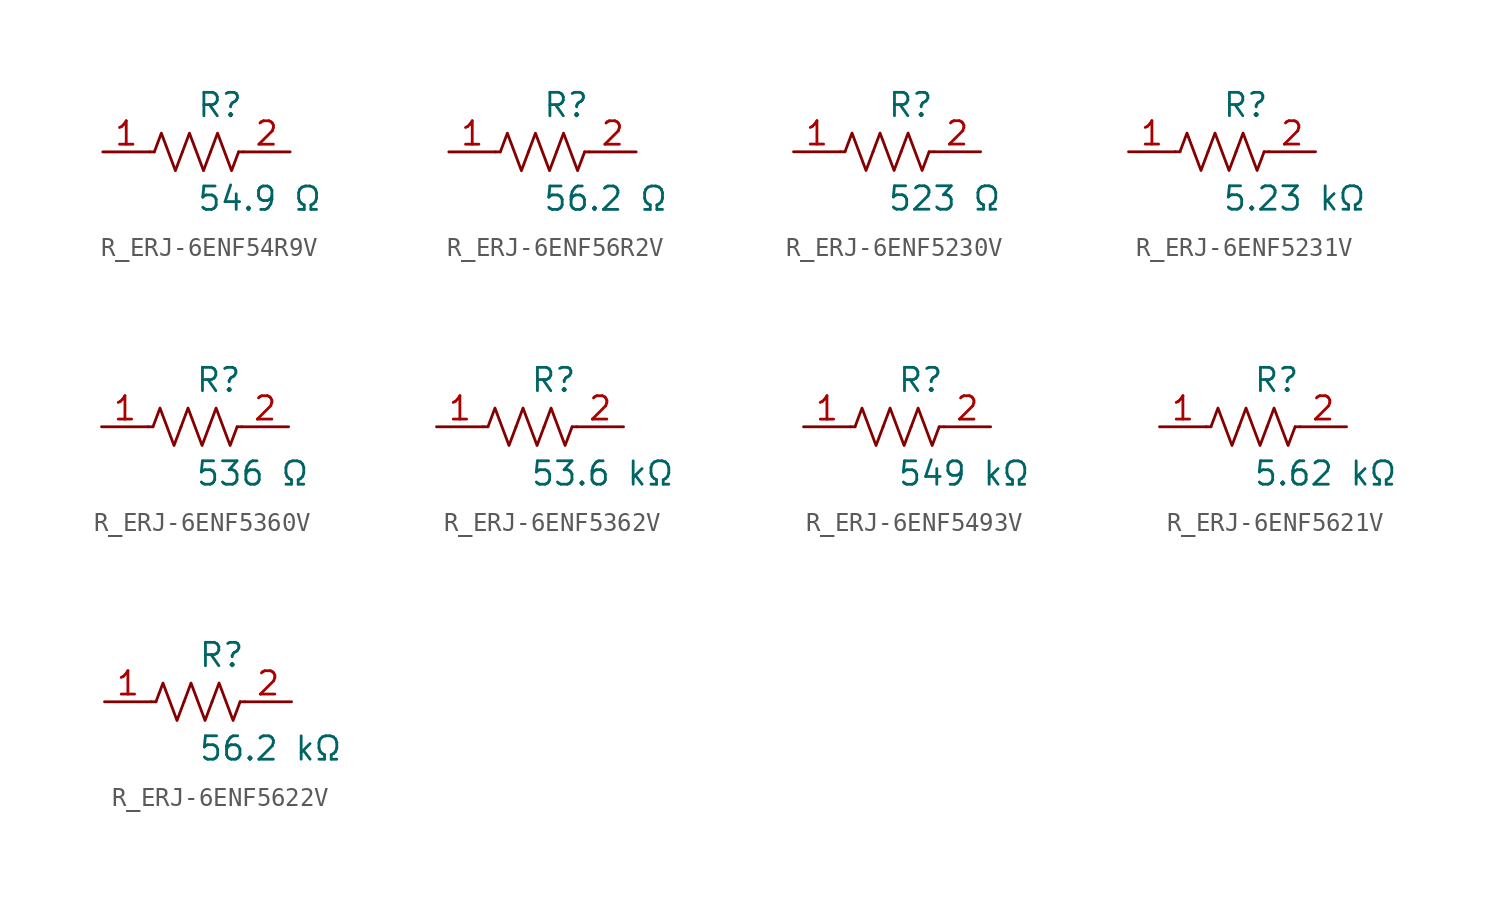
<source format=kicad_sym>
(kicad_symbol_lib
  (version 20231120)
  (generator kicad_symbol_editor)
  (generator_version 8.0)
  (symbol "R_ERJ-6ENF54R9V"
    (pin_names
      (offset 0.254))
    (property "Reference" "R"
      (at 0.0 2.54 0)
      (effects (font (size 1.27 1.27)) (justify left)))
    (property "Value" "54.9 Ω"
      (at 0.0 -2.54 0)
      (effects (font (size 1.27 1.27)) (justify left)))
    (symbol "R_ERJ-6ENF54R9V_0_1"
      (polyline (pts (xy 2.286 0) (xy 2.54 0)) (stroke (width 0) (type default)) (fill (type none)))
      (polyline (pts (xy -2.286 0) (xy -2.54 0)) (stroke (width 0) (type default)) (fill (type none)))
      (polyline (pts (xy 0.762 0) (xy 1.143 1.016) (xy 1.524 0) (xy 1.905 -1.016) (xy 2.286 0)) (stroke (width 0) (type default)) (fill (type none)))
      (polyline (pts (xy -0.762 0) (xy -0.381 1.016) (xy 0 0) (xy 0.381 -1.016) (xy 0.762 0)) (stroke (width 0) (type default)) (fill (type none)))
      (polyline (pts (xy -2.286 0) (xy -1.905 1.016) (xy -1.524 0) (xy -1.143 -1.016) (xy -0.762 0)) (stroke (width 0) (type default)) (fill (type none))))
    (pin unspecified line
      (at -5.08 0 0)
      (length 2.54)
      (name "" (effects (font (size 1.27 1.27))))
      (number "1" (effects (font (size 1.27 1.27)))))
    (pin unspecified line
      (at 5.08 0 180)
      (length 2.54)
      (name "" (effects (font (size 1.27 1.27))))
      (number "2" (effects (font (size 1.27 1.27))))))
  (symbol "R_ERJ-6ENF56R2V"
    (pin_names
      (offset 0.254))
    (property "Reference" "R"
      (at 0.0 2.54 0)
      (effects (font (size 1.27 1.27)) (justify left)))
    (property "Value" "56.2 Ω"
      (at 0.0 -2.54 0)
      (effects (font (size 1.27 1.27)) (justify left)))
    (symbol "R_ERJ-6ENF56R2V_0_1"
      (polyline (pts (xy 2.286 0) (xy 2.54 0)) (stroke (width 0) (type default)) (fill (type none)))
      (polyline (pts (xy -2.286 0) (xy -2.54 0)) (stroke (width 0) (type default)) (fill (type none)))
      (polyline (pts (xy 0.762 0) (xy 1.143 1.016) (xy 1.524 0) (xy 1.905 -1.016) (xy 2.286 0)) (stroke (width 0) (type default)) (fill (type none)))
      (polyline (pts (xy -0.762 0) (xy -0.381 1.016) (xy 0 0) (xy 0.381 -1.016) (xy 0.762 0)) (stroke (width 0) (type default)) (fill (type none)))
      (polyline (pts (xy -2.286 0) (xy -1.905 1.016) (xy -1.524 0) (xy -1.143 -1.016) (xy -0.762 0)) (stroke (width 0) (type default)) (fill (type none))))
    (pin unspecified line
      (at -5.08 0 0)
      (length 2.54)
      (name "" (effects (font (size 1.27 1.27))))
      (number "1" (effects (font (size 1.27 1.27)))))
    (pin unspecified line
      (at 5.08 0 180)
      (length 2.54)
      (name "" (effects (font (size 1.27 1.27))))
      (number "2" (effects (font (size 1.27 1.27))))))
  (symbol "R_ERJ-6ENF5230V"
    (pin_names
      (offset 0.254))
    (property "Reference" "R"
      (at 0.0 2.54 0)
      (effects (font (size 1.27 1.27)) (justify left)))
    (property "Value" "523 Ω"
      (at 0.0 -2.54 0)
      (effects (font (size 1.27 1.27)) (justify left)))
    (symbol "R_ERJ-6ENF5230V_0_1"
      (polyline (pts (xy 2.286 0) (xy 2.54 0)) (stroke (width 0) (type default)) (fill (type none)))
      (polyline (pts (xy -2.286 0) (xy -2.54 0)) (stroke (width 0) (type default)) (fill (type none)))
      (polyline (pts (xy 0.762 0) (xy 1.143 1.016) (xy 1.524 0) (xy 1.905 -1.016) (xy 2.286 0)) (stroke (width 0) (type default)) (fill (type none)))
      (polyline (pts (xy -0.762 0) (xy -0.381 1.016) (xy 0 0) (xy 0.381 -1.016) (xy 0.762 0)) (stroke (width 0) (type default)) (fill (type none)))
      (polyline (pts (xy -2.286 0) (xy -1.905 1.016) (xy -1.524 0) (xy -1.143 -1.016) (xy -0.762 0)) (stroke (width 0) (type default)) (fill (type none))))
    (pin unspecified line
      (at -5.08 0 0)
      (length 2.54)
      (name "" (effects (font (size 1.27 1.27))))
      (number "1" (effects (font (size 1.27 1.27)))))
    (pin unspecified line
      (at 5.08 0 180)
      (length 2.54)
      (name "" (effects (font (size 1.27 1.27))))
      (number "2" (effects (font (size 1.27 1.27))))))
  (symbol "R_ERJ-6ENF5231V"
    (pin_names
      (offset 0.254))
    (property "Reference" "R"
      (at 0.0 2.54 0)
      (effects (font (size 1.27 1.27)) (justify left)))
    (property "Value" "5.23 kΩ"
      (at 0.0 -2.54 0)
      (effects (font (size 1.27 1.27)) (justify left)))
    (symbol "R_ERJ-6ENF5231V_0_1"
      (polyline (pts (xy 2.286 0) (xy 2.54 0)) (stroke (width 0) (type default)) (fill (type none)))
      (polyline (pts (xy -2.286 0) (xy -2.54 0)) (stroke (width 0) (type default)) (fill (type none)))
      (polyline (pts (xy 0.762 0) (xy 1.143 1.016) (xy 1.524 0) (xy 1.905 -1.016) (xy 2.286 0)) (stroke (width 0) (type default)) (fill (type none)))
      (polyline (pts (xy -0.762 0) (xy -0.381 1.016) (xy 0 0) (xy 0.381 -1.016) (xy 0.762 0)) (stroke (width 0) (type default)) (fill (type none)))
      (polyline (pts (xy -2.286 0) (xy -1.905 1.016) (xy -1.524 0) (xy -1.143 -1.016) (xy -0.762 0)) (stroke (width 0) (type default)) (fill (type none))))
    (pin unspecified line
      (at -5.08 0 0)
      (length 2.54)
      (name "" (effects (font (size 1.27 1.27))))
      (number "1" (effects (font (size 1.27 1.27)))))
    (pin unspecified line
      (at 5.08 0 180)
      (length 2.54)
      (name "" (effects (font (size 1.27 1.27))))
      (number "2" (effects (font (size 1.27 1.27))))))
  (symbol "R_ERJ-6ENF5360V"
    (pin_names
      (offset 0.254))
    (property "Reference" "R"
      (at 0.0 2.54 0)
      (effects (font (size 1.27 1.27)) (justify left)))
    (property "Value" "536 Ω"
      (at 0.0 -2.54 0)
      (effects (font (size 1.27 1.27)) (justify left)))
    (symbol "R_ERJ-6ENF5360V_0_1"
      (polyline (pts (xy 2.286 0) (xy 2.54 0)) (stroke (width 0) (type default)) (fill (type none)))
      (polyline (pts (xy -2.286 0) (xy -2.54 0)) (stroke (width 0) (type default)) (fill (type none)))
      (polyline (pts (xy 0.762 0) (xy 1.143 1.016) (xy 1.524 0) (xy 1.905 -1.016) (xy 2.286 0)) (stroke (width 0) (type default)) (fill (type none)))
      (polyline (pts (xy -0.762 0) (xy -0.381 1.016) (xy 0 0) (xy 0.381 -1.016) (xy 0.762 0)) (stroke (width 0) (type default)) (fill (type none)))
      (polyline (pts (xy -2.286 0) (xy -1.905 1.016) (xy -1.524 0) (xy -1.143 -1.016) (xy -0.762 0)) (stroke (width 0) (type default)) (fill (type none))))
    (pin unspecified line
      (at -5.08 0 0)
      (length 2.54)
      (name "" (effects (font (size 1.27 1.27))))
      (number "1" (effects (font (size 1.27 1.27)))))
    (pin unspecified line
      (at 5.08 0 180)
      (length 2.54)
      (name "" (effects (font (size 1.27 1.27))))
      (number "2" (effects (font (size 1.27 1.27))))))
  (symbol "R_ERJ-6ENF5362V"
    (pin_names
      (offset 0.254))
    (property "Reference" "R"
      (at 0.0 2.54 0)
      (effects (font (size 1.27 1.27)) (justify left)))
    (property "Value" "53.6 kΩ"
      (at 0.0 -2.54 0)
      (effects (font (size 1.27 1.27)) (justify left)))
    (symbol "R_ERJ-6ENF5362V_0_1"
      (polyline (pts (xy 2.286 0) (xy 2.54 0)) (stroke (width 0) (type default)) (fill (type none)))
      (polyline (pts (xy -2.286 0) (xy -2.54 0)) (stroke (width 0) (type default)) (fill (type none)))
      (polyline (pts (xy 0.762 0) (xy 1.143 1.016) (xy 1.524 0) (xy 1.905 -1.016) (xy 2.286 0)) (stroke (width 0) (type default)) (fill (type none)))
      (polyline (pts (xy -0.762 0) (xy -0.381 1.016) (xy 0 0) (xy 0.381 -1.016) (xy 0.762 0)) (stroke (width 0) (type default)) (fill (type none)))
      (polyline (pts (xy -2.286 0) (xy -1.905 1.016) (xy -1.524 0) (xy -1.143 -1.016) (xy -0.762 0)) (stroke (width 0) (type default)) (fill (type none))))
    (pin unspecified line
      (at -5.08 0 0)
      (length 2.54)
      (name "" (effects (font (size 1.27 1.27))))
      (number "1" (effects (font (size 1.27 1.27)))))
    (pin unspecified line
      (at 5.08 0 180)
      (length 2.54)
      (name "" (effects (font (size 1.27 1.27))))
      (number "2" (effects (font (size 1.27 1.27))))))
  (symbol "R_ERJ-6ENF5493V"
    (pin_names
      (offset 0.254))
    (property "Reference" "R"
      (at 0.0 2.54 0)
      (effects (font (size 1.27 1.27)) (justify left)))
    (property "Value" "549 kΩ"
      (at 0.0 -2.54 0)
      (effects (font (size 1.27 1.27)) (justify left)))
    (symbol "R_ERJ-6ENF5493V_0_1"
      (polyline (pts (xy 2.286 0) (xy 2.54 0)) (stroke (width 0) (type default)) (fill (type none)))
      (polyline (pts (xy -2.286 0) (xy -2.54 0)) (stroke (width 0) (type default)) (fill (type none)))
      (polyline (pts (xy 0.762 0) (xy 1.143 1.016) (xy 1.524 0) (xy 1.905 -1.016) (xy 2.286 0)) (stroke (width 0) (type default)) (fill (type none)))
      (polyline (pts (xy -0.762 0) (xy -0.381 1.016) (xy 0 0) (xy 0.381 -1.016) (xy 0.762 0)) (stroke (width 0) (type default)) (fill (type none)))
      (polyline (pts (xy -2.286 0) (xy -1.905 1.016) (xy -1.524 0) (xy -1.143 -1.016) (xy -0.762 0)) (stroke (width 0) (type default)) (fill (type none))))
    (pin unspecified line
      (at -5.08 0 0)
      (length 2.54)
      (name "" (effects (font (size 1.27 1.27))))
      (number "1" (effects (font (size 1.27 1.27)))))
    (pin unspecified line
      (at 5.08 0 180)
      (length 2.54)
      (name "" (effects (font (size 1.27 1.27))))
      (number "2" (effects (font (size 1.27 1.27))))))
  (symbol "R_ERJ-6ENF5621V"
    (pin_names
      (offset 0.254))
    (property "Reference" "R"
      (at 0.0 2.54 0)
      (effects (font (size 1.27 1.27)) (justify left)))
    (property "Value" "5.62 kΩ"
      (at 0.0 -2.54 0)
      (effects (font (size 1.27 1.27)) (justify left)))
    (symbol "R_ERJ-6ENF5621V_0_1"
      (polyline (pts (xy 2.286 0) (xy 2.54 0)) (stroke (width 0) (type default)) (fill (type none)))
      (polyline (pts (xy -2.286 0) (xy -2.54 0)) (stroke (width 0) (type default)) (fill (type none)))
      (polyline (pts (xy 0.762 0) (xy 1.143 1.016) (xy 1.524 0) (xy 1.905 -1.016) (xy 2.286 0)) (stroke (width 0) (type default)) (fill (type none)))
      (polyline (pts (xy -0.762 0) (xy -0.381 1.016) (xy 0 0) (xy 0.381 -1.016) (xy 0.762 0)) (stroke (width 0) (type default)) (fill (type none)))
      (polyline (pts (xy -2.286 0) (xy -1.905 1.016) (xy -1.524 0) (xy -1.143 -1.016) (xy -0.762 0)) (stroke (width 0) (type default)) (fill (type none))))
    (pin unspecified line
      (at -5.08 0 0)
      (length 2.54)
      (name "" (effects (font (size 1.27 1.27))))
      (number "1" (effects (font (size 1.27 1.27)))))
    (pin unspecified line
      (at 5.08 0 180)
      (length 2.54)
      (name "" (effects (font (size 1.27 1.27))))
      (number "2" (effects (font (size 1.27 1.27))))))
  (symbol "R_ERJ-6ENF5622V"
    (pin_names
      (offset 0.254))
    (property "Reference" "R"
      (at 0.0 2.54 0)
      (effects (font (size 1.27 1.27)) (justify left)))
    (property "Value" "56.2 kΩ"
      (at 0.0 -2.54 0)
      (effects (font (size 1.27 1.27)) (justify left)))
    (symbol "R_ERJ-6ENF5622V_0_1"
      (polyline (pts (xy 2.286 0) (xy 2.54 0)) (stroke (width 0) (type default)) (fill (type none)))
      (polyline (pts (xy -2.286 0) (xy -2.54 0)) (stroke (width 0) (type default)) (fill (type none)))
      (polyline (pts (xy 0.762 0) (xy 1.143 1.016) (xy 1.524 0) (xy 1.905 -1.016) (xy 2.286 0)) (stroke (width 0) (type default)) (fill (type none)))
      (polyline (pts (xy -0.762 0) (xy -0.381 1.016) (xy 0 0) (xy 0.381 -1.016) (xy 0.762 0)) (stroke (width 0) (type default)) (fill (type none)))
      (polyline (pts (xy -2.286 0) (xy -1.905 1.016) (xy -1.524 0) (xy -1.143 -1.016) (xy -0.762 0)) (stroke (width 0) (type default)) (fill (type none))))
    (pin unspecified line
      (at -5.08 0 0)
      (length 2.54)
      (name "" (effects (font (size 1.27 1.27))))
      (number "1" (effects (font (size 1.27 1.27)))))
    (pin unspecified line
      (at 5.08 0 180)
      (length 2.54)
      (name "" (effects (font (size 1.27 1.27))))
      (number "2" (effects (font (size 1.27 1.27)))))))
</source>
